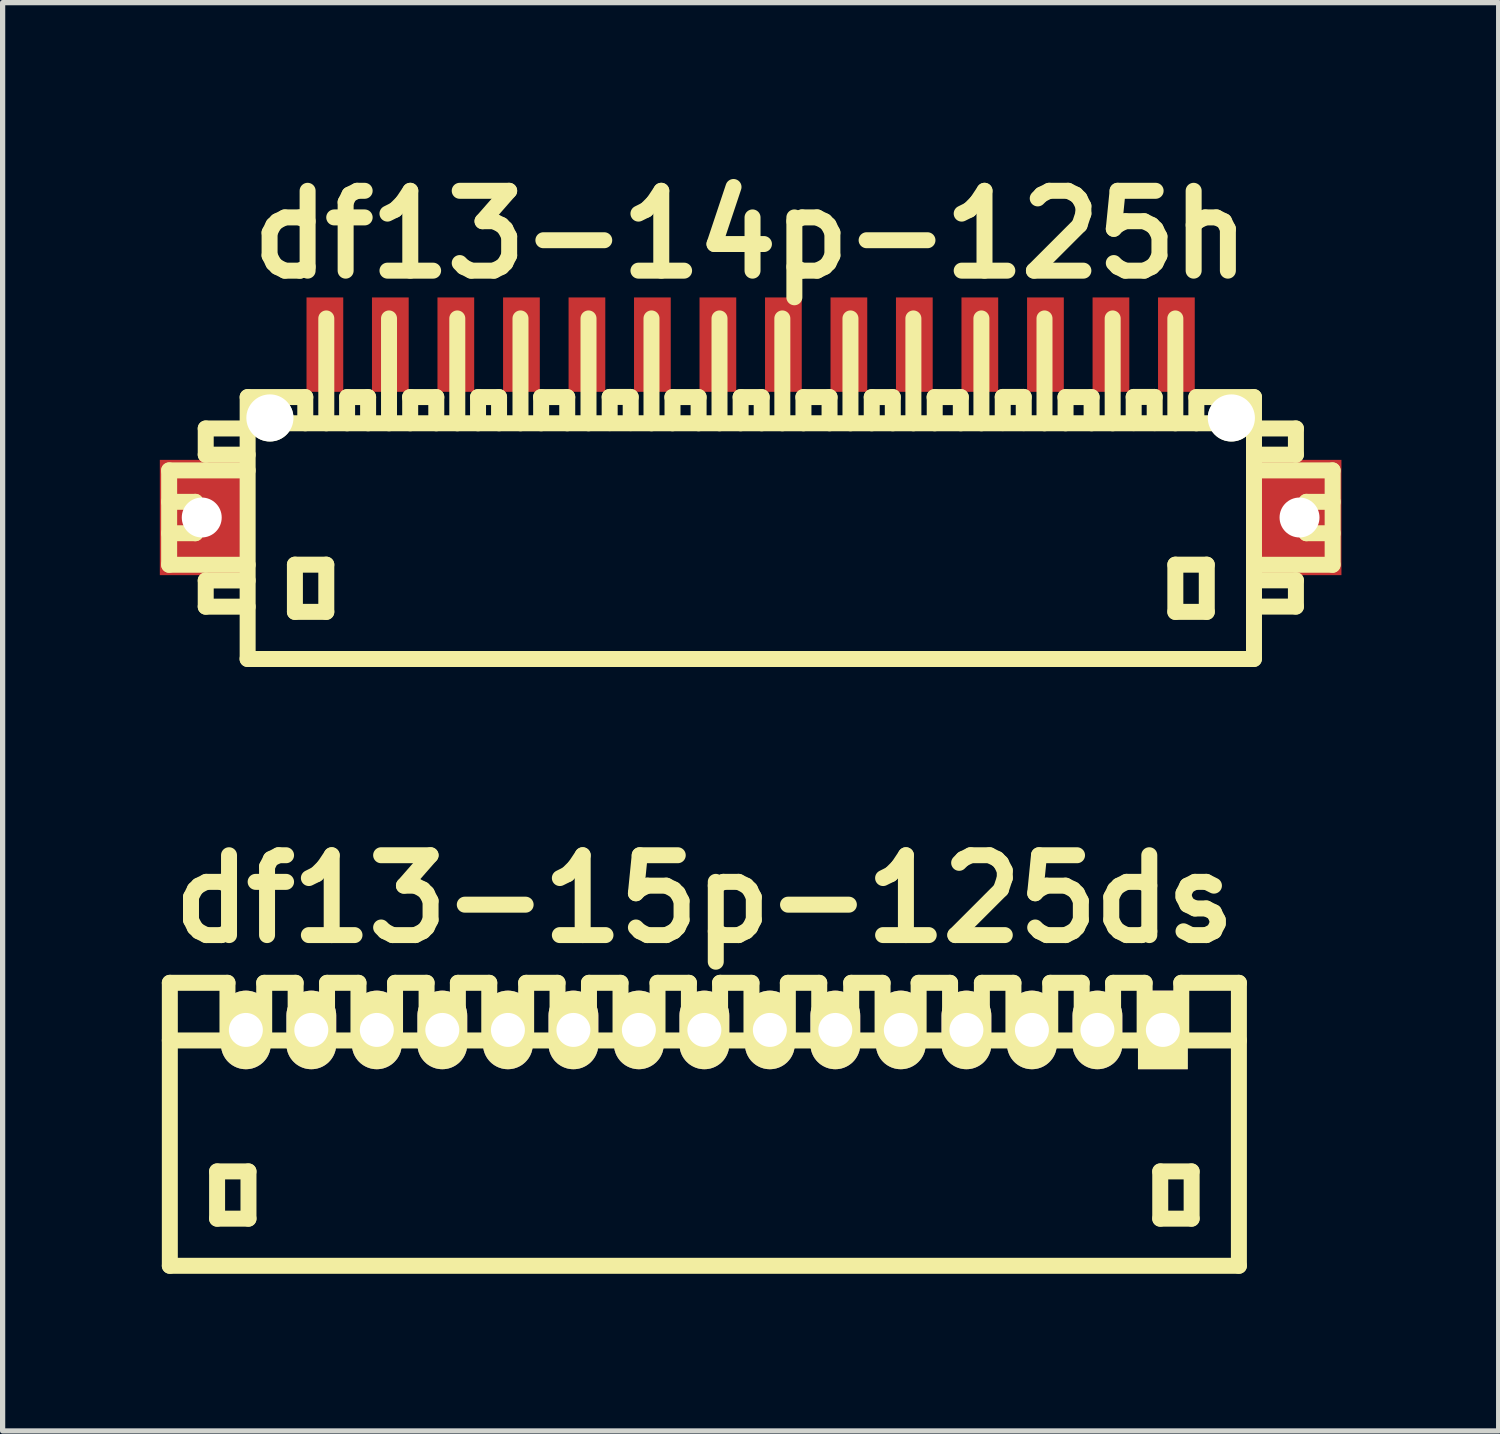
<source format=kicad_pcb>
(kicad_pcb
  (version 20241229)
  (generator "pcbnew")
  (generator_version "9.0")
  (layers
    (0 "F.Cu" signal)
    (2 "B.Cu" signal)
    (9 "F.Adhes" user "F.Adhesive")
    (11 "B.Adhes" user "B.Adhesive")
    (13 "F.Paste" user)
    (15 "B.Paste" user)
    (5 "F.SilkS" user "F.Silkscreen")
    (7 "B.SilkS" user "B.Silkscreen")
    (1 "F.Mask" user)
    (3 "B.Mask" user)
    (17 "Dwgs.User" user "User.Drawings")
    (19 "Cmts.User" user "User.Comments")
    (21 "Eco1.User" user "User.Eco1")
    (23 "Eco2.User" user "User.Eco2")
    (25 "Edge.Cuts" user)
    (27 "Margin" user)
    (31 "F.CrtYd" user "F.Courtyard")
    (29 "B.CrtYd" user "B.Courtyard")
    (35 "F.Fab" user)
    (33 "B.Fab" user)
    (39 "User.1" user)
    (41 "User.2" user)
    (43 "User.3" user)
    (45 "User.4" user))
  (footprint "df13-15p-125ds"
    (layer "F.Cu")
    (at 10.392 18.406)
    (property "Reference" "df13-15p-125ds" (at 0 -4.3 0) (layer "F.SilkS") (effects (font (size 1.524 1.524) (thickness 0.305))))
    (attr through_hole)
    (fp_line (start -10.201 2.7) (end -10.201 -2.7) (stroke (width 0.305) (type solid)) (layer "F.SilkS"))
    (fp_line (start -10.201 2.7) (end 10.201 2.7) (stroke (width 0.305) (type solid)) (layer "F.SilkS"))
    (fp_line (start -9.299 0.899) (end -9.299 1.801) (stroke (width 0.305) (type solid)) (layer "F.SilkS"))
    (fp_line (start -9.299 1.801) (end -8.7 1.801) (stroke (width 0.305) (type solid)) (layer "F.SilkS"))
    (fp_line (start -9.101 -2.7) (end -10.201 -2.7) (stroke (width 0.305) (type solid)) (layer "F.SilkS"))
    (fp_line (start -9.101 -1.6) (end -9.101 -2.7) (stroke (width 0.305) (type solid)) (layer "F.SilkS"))
    (fp_line (start -8.7 0.899) (end -9.299 0.899) (stroke (width 0.305) (type solid)) (layer "F.SilkS"))
    (fp_line (start -8.7 1.801) (end -8.7 0.899) (stroke (width 0.305) (type solid)) (layer "F.SilkS"))
    (fp_line (start -8.4 -2.7) (end -8.4 -1.6) (stroke (width 0.305) (type solid)) (layer "F.SilkS"))
    (fp_line (start -7.8 -2.7) (end -8.4 -2.7) (stroke (width 0.305) (type solid)) (layer "F.SilkS"))
    (fp_line (start -7.8 -1.6) (end -7.8 -2.7) (stroke (width 0.305) (type solid)) (layer "F.SilkS"))
    (fp_line (start -7.201 -2.7) (end -7.201 -1.6) (stroke (width 0.305) (type solid)) (layer "F.SilkS"))
    (fp_line (start -6.601 -2.7) (end -7.201 -2.7) (stroke (width 0.305) (type solid)) (layer "F.SilkS"))
    (fp_line (start -6.601 -1.6) (end -6.601 -2.7) (stroke (width 0.305) (type solid)) (layer "F.SilkS"))
    (fp_line (start -5.903 -2.7) (end -5.903 -1.6) (stroke (width 0.305) (type solid)) (layer "F.SilkS"))
    (fp_line (start -5.301 -2.7) (end -5.903 -2.7) (stroke (width 0.305) (type solid)) (layer "F.SilkS"))
    (fp_line (start -5.301 -1.6) (end -5.301 -2.7) (stroke (width 0.305) (type solid)) (layer "F.SilkS"))
    (fp_line (start -4.704 -2.7) (end -4.704 -1.6) (stroke (width 0.305) (type solid)) (layer "F.SilkS"))
    (fp_line (start -4.105 -2.7) (end -4.704 -2.7) (stroke (width 0.305) (type solid)) (layer "F.SilkS"))
    (fp_line (start -4.105 -1.6) (end -4.105 -2.7) (stroke (width 0.305) (type solid)) (layer "F.SilkS"))
    (fp_line (start -3.401 -2.7) (end -3.401 -1.6) (stroke (width 0.305) (type solid)) (layer "F.SilkS"))
    (fp_line (start -2.802 -2.7) (end -3.401 -2.7) (stroke (width 0.305) (type solid)) (layer "F.SilkS"))
    (fp_line (start -2.802 -1.6) (end -2.802 -2.7) (stroke (width 0.305) (type solid)) (layer "F.SilkS"))
    (fp_line (start -2.202 -2.7) (end -2.202 -1.6) (stroke (width 0.305) (type solid)) (layer "F.SilkS"))
    (fp_line (start -1.6 -2.7) (end -2.202 -2.7) (stroke (width 0.305) (type solid)) (layer "F.SilkS"))
    (fp_line (start -1.6 -2.7) (end -1.6 -1.6) (stroke (width 0.305) (type solid)) (layer "F.SilkS"))
    (fp_line (start -0.894 -2.7) (end -0.894 -1.6) (stroke (width 0.305) (type solid)) (layer "F.SilkS"))
    (fp_line (start -0.295 -2.7) (end -0.894 -2.7) (stroke (width 0.305) (type solid)) (layer "F.SilkS"))
    (fp_line (start -0.295 -2.7) (end -0.295 -1.6) (stroke (width 0.305) (type solid)) (layer "F.SilkS"))
    (fp_line (start 0.3 -2.7) (end 0.3 -1.6) (stroke (width 0.305) (type solid)) (layer "F.SilkS"))
    (fp_line (start 0.899 -2.7) (end 0.3 -2.7) (stroke (width 0.305) (type solid)) (layer "F.SilkS"))
    (fp_line (start 0.899 -1.6) (end 0.899 -2.7) (stroke (width 0.305) (type solid)) (layer "F.SilkS"))
    (fp_line (start 1.593 -1.6) (end 1.593 -2.7) (stroke (width 0.305) (type solid)) (layer "F.SilkS"))
    (fp_line (start 2.192 -2.7) (end 1.593 -2.7) (stroke (width 0.305) (type solid)) (layer "F.SilkS"))
    (fp_line (start 2.192 -1.6) (end 2.192 -2.7) (stroke (width 0.305) (type solid)) (layer "F.SilkS"))
    (fp_line (start 2.802 -2.7) (end 3.401 -2.7) (stroke (width 0.305) (type solid)) (layer "F.SilkS"))
    (fp_line (start 2.802 -1.6) (end 2.802 -2.7) (stroke (width 0.305) (type solid)) (layer "F.SilkS"))
    (fp_line (start 3.401 -2.7) (end 3.401 -1.6) (stroke (width 0.305) (type solid)) (layer "F.SilkS"))
    (fp_line (start 4.089 -2.7) (end 4.689 -2.7) (stroke (width 0.305) (type solid)) (layer "F.SilkS"))
    (fp_line (start 4.089 -1.6) (end 4.089 -2.7) (stroke (width 0.305) (type solid)) (layer "F.SilkS"))
    (fp_line (start 4.689 -2.7) (end 4.689 -1.6) (stroke (width 0.305) (type solid)) (layer "F.SilkS"))
    (fp_line (start 5.296 -2.7) (end 5.898 -2.7) (stroke (width 0.305) (type solid)) (layer "F.SilkS"))
    (fp_line (start 5.296 -1.6) (end 5.296 -2.7) (stroke (width 0.305) (type solid)) (layer "F.SilkS"))
    (fp_line (start 5.898 -2.7) (end 5.898 -1.6) (stroke (width 0.305) (type solid)) (layer "F.SilkS"))
    (fp_line (start 6.601 -2.7) (end 7.201 -2.7) (stroke (width 0.305) (type solid)) (layer "F.SilkS"))
    (fp_line (start 6.601 -1.6) (end 6.601 -2.7) (stroke (width 0.305) (type solid)) (layer "F.SilkS"))
    (fp_line (start 7.201 -2.7) (end 7.201 -1.6) (stroke (width 0.305) (type solid)) (layer "F.SilkS"))
    (fp_line (start 7.8 -2.7) (end 8.402 -2.7) (stroke (width 0.305) (type solid)) (layer "F.SilkS"))
    (fp_line (start 7.8 -1.6) (end 7.8 -2.7) (stroke (width 0.305) (type solid)) (layer "F.SilkS"))
    (fp_line (start 8.402 -2.7) (end 8.402 -1.6) (stroke (width 0.305) (type solid)) (layer "F.SilkS"))
    (fp_line (start 8.7 0.899) (end 9.299 0.899) (stroke (width 0.305) (type solid)) (layer "F.SilkS"))
    (fp_line (start 8.7 1.801) (end 8.7 0.899) (stroke (width 0.305) (type solid)) (layer "F.SilkS"))
    (fp_line (start 9.101 -1.6) (end 9.101 -2.7) (stroke (width 0.305) (type solid)) (layer "F.SilkS"))
    (fp_line (start 9.299 0.899) (end 9.299 1.801) (stroke (width 0.305) (type solid)) (layer "F.SilkS"))
    (fp_line (start 9.299 1.801) (end 8.7 1.801) (stroke (width 0.305) (type solid)) (layer "F.SilkS"))
    (fp_line (start 10.201 -2.7) (end 9.101 -2.7) (stroke (width 0.305) (type solid)) (layer "F.SilkS"))
    (fp_line (start 10.201 -1.6) (end -10.201 -1.6) (stroke (width 0.305) (type solid)) (layer "F.SilkS"))
    (fp_line (start 10.201 2.7) (end 10.201 -2.7) (stroke (width 0.305) (type solid)) (layer "F.SilkS"))
    (pad "1" thru_hole rect (at 8.75 -1.801) (size 0.95 1.499) (drill 0.648) (layers "*.Cu" "*.Mask" "F.SilkS"))
    (pad "2" thru_hole oval (at 7.501 -1.801) (size 0.95 1.499) (drill 0.648) (layers "*.Cu" "*.Mask" "F.SilkS"))
    (pad "3" thru_hole oval (at 6.251 -1.801) (size 0.95 1.499) (drill 0.648) (layers "*.Cu" "*.Mask" "F.SilkS"))
    (pad "4" thru_hole oval (at 5.001 -1.801) (size 0.95 1.499) (drill 0.648) (layers "*.Cu" "*.Mask" "F.SilkS"))
    (pad "5" thru_hole oval (at 3.749 -1.801) (size 0.95 1.499) (drill 0.648) (layers "*.Cu" "*.Mask" "F.SilkS"))
    (pad "6" thru_hole oval (at 2.499 -1.801) (size 0.95 1.499) (drill 0.648) (layers "*.Cu" "*.Mask" "F.SilkS"))
    (pad "7" thru_hole oval (at 1.25 -1.801) (size 0.95 1.499) (drill 0.648) (layers "*.Cu" "*.Mask" "F.SilkS"))
    (pad "8" thru_hole oval (at 0 -1.801) (size 0.95 1.499) (drill 0.648) (layers "*.Cu" "*.Mask" "F.SilkS"))
    (pad "9" thru_hole oval (at -1.25 -1.801) (size 0.95 1.499) (drill 0.648) (layers "*.Cu" "*.Mask" "F.SilkS"))
    (pad "10" thru_hole oval (at -2.499 -1.801) (size 0.95 1.499) (drill 0.648) (layers "*.Cu" "*.Mask" "F.SilkS"))
    (pad "11" thru_hole oval (at -3.749 -1.801) (size 0.95 1.499) (drill 0.648) (layers "*.Cu" "*.Mask" "F.SilkS"))
    (pad "12" thru_hole oval (at -5.001 -1.801) (size 0.95 1.499) (drill 0.648) (layers "*.Cu" "*.Mask" "F.SilkS"))
    (pad "13" thru_hole oval (at -6.251 -1.801) (size 0.95 1.499) (drill 0.648) (layers "*.Cu" "*.Mask" "F.SilkS"))
    (pad "14" thru_hole oval (at -7.501 -1.801) (size 0.95 1.499) (drill 0.648) (layers "*.Cu" "*.Mask" "F.SilkS"))
    (pad "15" thru_hole oval (at -8.75 -1.801) (size 0.95 1.499) (drill 0.648) (layers "*.Cu" "*.Mask" "F.SilkS")))
  (footprint "df13-14p-125h"
    (layer "F.Cu")
    (at 11.275 7.027)
    (property "Reference" "df13-14p-125h" (at 0 -5.601 0) (layer "F.SilkS") (effects (font (size 1.524 1.524) (thickness 0.305))))
    (attr through_hole)
    (fp_line (start -11.097 -1.1) (end -11.097 0.701) (stroke (width 0.305) (type solid)) (layer "F.SilkS"))
    (fp_line (start -11.097 0.701) (end -9.599 0.701) (stroke (width 0.305) (type solid)) (layer "F.SilkS"))
    (fp_line (start -10.597 -0.5) (end -11.097 -0.5) (stroke (width 0.305) (type solid)) (layer "F.SilkS"))
    (fp_line (start -10.597 0.099) (end -11.097 0.099) (stroke (width 0.305) (type solid)) (layer "F.SilkS"))
    (fp_line (start -10.597 0.099) (end -10.597 -0.5) (stroke (width 0.305) (type solid)) (layer "F.SilkS"))
    (fp_line (start -10.399 -1.9) (end -10.399 -1.4) (stroke (width 0.305) (type solid)) (layer "F.SilkS"))
    (fp_line (start -10.399 -1.9) (end -9.599 -1.9) (stroke (width 0.305) (type solid)) (layer "F.SilkS"))
    (fp_line (start -10.399 1.001) (end -10.399 1.501) (stroke (width 0.305) (type solid)) (layer "F.SilkS"))
    (fp_line (start -10.399 1.501) (end -9.599 1.501) (stroke (width 0.305) (type solid)) (layer "F.SilkS"))
    (fp_line (start -9.601 2.499) (end 9.601 2.499) (stroke (width 0.305) (type solid)) (layer "F.SilkS"))
    (fp_line (start -9.599 -1.4) (end -10.399 -1.4) (stroke (width 0.305) (type solid)) (layer "F.SilkS"))
    (fp_line (start -9.599 -1.1) (end -11.097 -1.1) (stroke (width 0.305) (type solid)) (layer "F.SilkS"))
    (fp_line (start -9.599 1.001) (end -10.399 1.001) (stroke (width 0.305) (type solid)) (layer "F.SilkS"))
    (fp_line (start -9.599 2.499) (end -9.599 -2.499) (stroke (width 0.305) (type solid)) (layer "F.SilkS"))
    (fp_line (start -8.697 0.699) (end -8.697 1.6) (stroke (width 0.305) (type solid)) (layer "F.SilkS"))
    (fp_line (start -8.697 1.6) (end -8.098 1.6) (stroke (width 0.305) (type solid)) (layer "F.SilkS"))
    (fp_line (start -8.499 -2.499) (end -9.599 -2.499) (stroke (width 0.305) (type solid)) (layer "F.SilkS"))
    (fp_line (start -8.499 -2.499) (end -8.499 -1.999) (stroke (width 0.305) (type solid)) (layer "F.SilkS"))
    (fp_line (start -8.098 -4) (end -8.098 -1.999) (stroke (width 0.305) (type solid)) (layer "F.SilkS"))
    (fp_line (start -8.098 0.699) (end -8.697 0.699) (stroke (width 0.305) (type solid)) (layer "F.SilkS"))
    (fp_line (start -8.098 1.6) (end -8.098 0.699) (stroke (width 0.305) (type solid)) (layer "F.SilkS"))
    (fp_line (start -7.701 -2.499) (end -7.701 -1.999) (stroke (width 0.305) (type solid)) (layer "F.SilkS"))
    (fp_line (start -7.3 -2.499) (end -7.701 -2.499) (stroke (width 0.305) (type solid)) (layer "F.SilkS"))
    (fp_line (start -7.3 -2.499) (end -7.3 -1.999) (stroke (width 0.305) (type solid)) (layer "F.SilkS"))
    (fp_line (start -6.901 -1.999) (end -6.901 -4) (stroke (width 0.305) (type solid)) (layer "F.SilkS"))
    (fp_line (start -6.5 -2.499) (end -5.999 -2.499) (stroke (width 0.305) (type solid)) (layer "F.SilkS"))
    (fp_line (start -6.497 -1.999) (end -6.497 -2.499) (stroke (width 0.305) (type solid)) (layer "F.SilkS"))
    (fp_line (start -5.999 -2.499) (end -5.999 -1.999) (stroke (width 0.305) (type solid)) (layer "F.SilkS"))
    (fp_line (start -5.598 -1.999) (end -5.598 -4) (stroke (width 0.305) (type solid)) (layer "F.SilkS"))
    (fp_line (start -5.202 -2.499) (end -5.202 -1.999) (stroke (width 0.305) (type solid)) (layer "F.SilkS"))
    (fp_line (start -4.801 -2.499) (end -5.202 -2.499) (stroke (width 0.305) (type solid)) (layer "F.SilkS"))
    (fp_line (start -4.801 -2.499) (end -4.801 -1.999) (stroke (width 0.305) (type solid)) (layer "F.SilkS"))
    (fp_line (start -4.392 -1.999) (end -4.392 -4) (stroke (width 0.305) (type solid)) (layer "F.SilkS"))
    (fp_line (start -4 -2.499) (end -3.5 -2.499) (stroke (width 0.305) (type solid)) (layer "F.SilkS"))
    (fp_line (start -3.998 -1.999) (end -3.998 -2.499) (stroke (width 0.305) (type solid)) (layer "F.SilkS"))
    (fp_line (start -3.5 -2.499) (end -3.5 -1.999) (stroke (width 0.305) (type solid)) (layer "F.SilkS"))
    (fp_line (start -3.094 -1.999) (end -3.094 -4) (stroke (width 0.305) (type solid)) (layer "F.SilkS"))
    (fp_line (start -2.69 -2.502) (end -2.69 -2.002) (stroke (width 0.305) (type solid)) (layer "F.SilkS"))
    (fp_line (start -2.289 -2.502) (end -2.69 -2.502) (stroke (width 0.305) (type solid)) (layer "F.SilkS"))
    (fp_line (start -2.289 -2.502) (end -2.289 -2.002) (stroke (width 0.305) (type solid)) (layer "F.SilkS"))
    (fp_line (start -1.892 -1.999) (end -1.892 -4) (stroke (width 0.305) (type solid)) (layer "F.SilkS"))
    (fp_line (start -1.494 -2.499) (end -0.993 -2.499) (stroke (width 0.305) (type solid)) (layer "F.SilkS"))
    (fp_line (start -1.491 -1.999) (end -1.491 -2.499) (stroke (width 0.305) (type solid)) (layer "F.SilkS"))
    (fp_line (start -0.993 -2.499) (end -0.993 -1.999) (stroke (width 0.305) (type solid)) (layer "F.SilkS"))
    (fp_line (start -0.594 -1.999) (end -0.594 -4) (stroke (width 0.305) (type solid)) (layer "F.SilkS"))
    (fp_line (start -0.191 -2.499) (end -0.191 -1.999) (stroke (width 0.305) (type solid)) (layer "F.SilkS"))
    (fp_line (start 0.211 -2.499) (end -0.191 -2.499) (stroke (width 0.305) (type solid)) (layer "F.SilkS"))
    (fp_line (start 0.211 -2.499) (end 0.211 -1.999) (stroke (width 0.305) (type solid)) (layer "F.SilkS"))
    (fp_line (start 0.605 -1.999) (end 0.605 -4) (stroke (width 0.305) (type solid)) (layer "F.SilkS"))
    (fp_line (start 1.006 -2.499) (end 1.506 -2.499) (stroke (width 0.305) (type solid)) (layer "F.SilkS"))
    (fp_line (start 1.008 -1.999) (end 1.008 -2.499) (stroke (width 0.305) (type solid)) (layer "F.SilkS"))
    (fp_line (start 1.506 -2.499) (end 1.506 -1.999) (stroke (width 0.305) (type solid)) (layer "F.SilkS"))
    (fp_line (start 1.905 -1.999) (end 1.905 -4) (stroke (width 0.305) (type solid)) (layer "F.SilkS"))
    (fp_line (start 2.311 -2.499) (end 2.311 -1.999) (stroke (width 0.305) (type solid)) (layer "F.SilkS"))
    (fp_line (start 2.713 -2.499) (end 2.311 -2.499) (stroke (width 0.305) (type solid)) (layer "F.SilkS"))
    (fp_line (start 2.713 -2.499) (end 2.713 -1.999) (stroke (width 0.305) (type solid)) (layer "F.SilkS"))
    (fp_line (start 3.106 -1.999) (end 3.106 -4) (stroke (width 0.305) (type solid)) (layer "F.SilkS"))
    (fp_line (start 3.51 -2.499) (end 4.011 -2.499) (stroke (width 0.305) (type solid)) (layer "F.SilkS"))
    (fp_line (start 3.513 -1.999) (end 3.513 -2.499) (stroke (width 0.305) (type solid)) (layer "F.SilkS"))
    (fp_line (start 4.011 -2.499) (end 4.011 -1.999) (stroke (width 0.305) (type solid)) (layer "F.SilkS"))
    (fp_line (start 4.404 -1.999) (end 4.404 -4) (stroke (width 0.305) (type solid)) (layer "F.SilkS"))
    (fp_line (start 4.811 -2.502) (end 4.811 -2.002) (stroke (width 0.305) (type solid)) (layer "F.SilkS"))
    (fp_line (start 5.212 -2.502) (end 4.811 -2.502) (stroke (width 0.305) (type solid)) (layer "F.SilkS"))
    (fp_line (start 5.212 -2.502) (end 5.212 -2.002) (stroke (width 0.305) (type solid)) (layer "F.SilkS"))
    (fp_line (start 5.608 -1.999) (end 5.608 -4) (stroke (width 0.305) (type solid)) (layer "F.SilkS"))
    (fp_line (start 6.007 -2.499) (end 6.507 -2.499) (stroke (width 0.305) (type solid)) (layer "F.SilkS"))
    (fp_line (start 6.01 -1.999) (end 6.01 -2.499) (stroke (width 0.305) (type solid)) (layer "F.SilkS"))
    (fp_line (start 6.507 -2.499) (end 6.507 -1.999) (stroke (width 0.305) (type solid)) (layer "F.SilkS"))
    (fp_line (start 6.909 -1.999) (end 6.909 -4) (stroke (width 0.305) (type solid)) (layer "F.SilkS"))
    (fp_line (start 7.31 -2.502) (end 7.31 -2.002) (stroke (width 0.305) (type solid)) (layer "F.SilkS"))
    (fp_line (start 7.711 -2.502) (end 7.31 -2.502) (stroke (width 0.305) (type solid)) (layer "F.SilkS"))
    (fp_line (start 7.711 -2.502) (end 7.711 -2.002) (stroke (width 0.305) (type solid)) (layer "F.SilkS"))
    (fp_line (start 8.105 -1.999) (end 8.105 -4) (stroke (width 0.305) (type solid)) (layer "F.SilkS"))
    (fp_line (start 8.105 0.699) (end 8.705 0.699) (stroke (width 0.305) (type solid)) (layer "F.SilkS"))
    (fp_line (start 8.105 1.6) (end 8.105 0.699) (stroke (width 0.305) (type solid)) (layer "F.SilkS"))
    (fp_line (start 8.506 -2.499) (end 8.506 -1.999) (stroke (width 0.305) (type solid)) (layer "F.SilkS"))
    (fp_line (start 8.705 0.699) (end 8.705 1.6) (stroke (width 0.305) (type solid)) (layer "F.SilkS"))
    (fp_line (start 8.705 1.6) (end 8.105 1.6) (stroke (width 0.305) (type solid)) (layer "F.SilkS"))
    (fp_line (start 9.601 -1.999) (end -9.601 -1.999) (stroke (width 0.305) (type solid)) (layer "F.SilkS"))
    (fp_line (start 9.606 -2.499) (end 8.506 -2.499) (stroke (width 0.305) (type solid)) (layer "F.SilkS"))
    (fp_line (start 9.606 -2.499) (end 9.606 2.499) (stroke (width 0.305) (type solid)) (layer "F.SilkS"))
    (fp_line (start 9.606 -1.9) (end 10.406 -1.9) (stroke (width 0.305) (type solid)) (layer "F.SilkS"))
    (fp_line (start 9.606 0.998) (end 10.406 0.998) (stroke (width 0.305) (type solid)) (layer "F.SilkS"))
    (fp_line (start 10.406 -1.9) (end 10.406 -1.4) (stroke (width 0.305) (type solid)) (layer "F.SilkS"))
    (fp_line (start 10.406 -1.4) (end 9.606 -1.4) (stroke (width 0.305) (type solid)) (layer "F.SilkS"))
    (fp_line (start 10.406 0.998) (end 10.406 1.499) (stroke (width 0.305) (type solid)) (layer "F.SilkS"))
    (fp_line (start 10.406 1.499) (end 9.606 1.499) (stroke (width 0.305) (type solid)) (layer "F.SilkS"))
    (fp_line (start 10.607 0.099) (end 10.607 -0.5) (stroke (width 0.305) (type solid)) (layer "F.SilkS"))
    (fp_line (start 11.105 -1.1) (end 9.606 -1.1) (stroke (width 0.305) (type solid)) (layer "F.SilkS"))
    (fp_line (start 11.105 0.701) (end 9.705 0.701) (stroke (width 0.305) (type solid)) (layer "F.SilkS"))
    (fp_line (start 11.107 -1.1) (end 11.107 0.701) (stroke (width 0.305) (type solid)) (layer "F.SilkS"))
    (fp_line (start 11.107 -0.5) (end 10.607 -0.5) (stroke (width 0.305) (type solid)) (layer "F.SilkS"))
    (fp_line (start 11.107 0.099) (end 10.607 0.099) (stroke (width 0.305) (type solid)) (layer "F.SilkS"))
    (pad "" np_thru_hole rect (at -10.475 -0.201) (size 1.6 2.2) (drill 0.762) (layers "F.Cu" "F.Mask" "F.Paste"))
    (pad "" np_thru_hole circle (at -9.174 -2.101) (size 0.899 0.899) (drill 0.899) (layers "*.Cu" "*.Mask" "F.SilkS"))
    (pad "" np_thru_hole circle (at 9.174 -2.101) (size 0.899 0.899) (drill 0.899) (layers "*.Cu" "*.Mask" "F.SilkS"))
    (pad "" np_thru_hole rect (at 10.475 -0.201) (size 1.6 2.2) (drill 0.762) (layers "F.Cu" "F.Mask" "F.Paste"))
    (pad "1" smd rect (at 8.125 -3.5) (size 0.701 1.801) (layers "F.Cu" "F.Mask" "F.Paste"))
    (pad "2" smd rect (at 6.876 -3.5) (size 0.701 1.801) (layers "F.Cu" "F.Mask" "F.Paste"))
    (pad "3" smd rect (at 5.626 -3.5) (size 0.701 1.801) (layers "F.Cu" "F.Mask" "F.Paste"))
    (pad "4" smd rect (at 4.374 -3.5) (size 0.701 1.801) (layers "F.Cu" "F.Mask" "F.Paste"))
    (pad "5" smd rect (at 3.124 -3.5) (size 0.701 1.801) (layers "F.Cu" "F.Mask" "F.Paste"))
    (pad "6" smd rect (at 1.875 -3.5) (size 0.701 1.801) (layers "F.Cu" "F.Mask" "F.Paste"))
    (pad "7" smd rect (at 0.625 -3.5) (size 0.701 1.801) (layers "F.Cu" "F.Mask" "F.Paste"))
    (pad "8" smd rect (at -0.625 -3.5) (size 0.701 1.801) (layers "F.Cu" "F.Mask" "F.Paste"))
    (pad "9" smd rect (at -1.875 -3.5) (size 0.701 1.801) (layers "F.Cu" "F.Mask" "F.Paste"))
    (pad "10" smd rect (at -3.124 -3.5) (size 0.701 1.801) (layers "F.Cu" "F.Mask" "F.Paste"))
    (pad "11" smd rect (at -4.374 -3.5) (size 0.701 1.801) (layers "F.Cu" "F.Mask" "F.Paste"))
    (pad "12" smd rect (at -5.626 -3.5) (size 0.701 1.801) (layers "F.Cu" "F.Mask" "F.Paste"))
    (pad "13" smd rect (at -6.876 -3.5) (size 0.701 1.801) (layers "F.Cu" "F.Mask" "F.Paste"))
    (pad "14" smd rect (at -8.125 -3.5) (size 0.701 1.801) (layers "F.Cu" "F.Mask" "F.Paste")))
  (gr_rect
    (start -3 -3)
    (end 25.55 24.258)
    (stroke (width 0.1) (type default))
    (fill no)
    (layer "Edge.Cuts")))
</source>
